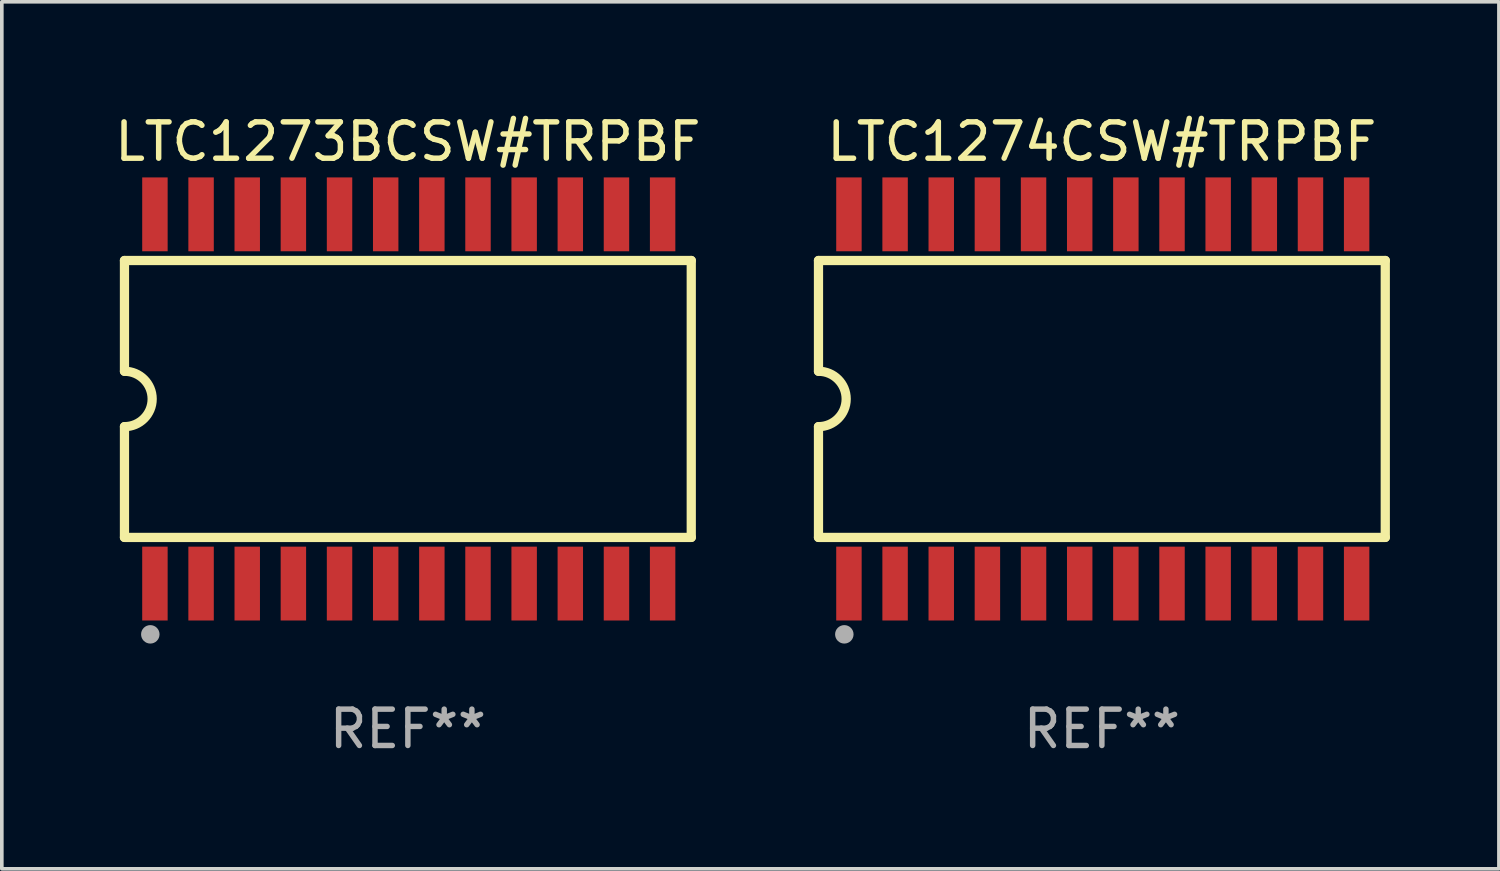
<source format=kicad_pcb>
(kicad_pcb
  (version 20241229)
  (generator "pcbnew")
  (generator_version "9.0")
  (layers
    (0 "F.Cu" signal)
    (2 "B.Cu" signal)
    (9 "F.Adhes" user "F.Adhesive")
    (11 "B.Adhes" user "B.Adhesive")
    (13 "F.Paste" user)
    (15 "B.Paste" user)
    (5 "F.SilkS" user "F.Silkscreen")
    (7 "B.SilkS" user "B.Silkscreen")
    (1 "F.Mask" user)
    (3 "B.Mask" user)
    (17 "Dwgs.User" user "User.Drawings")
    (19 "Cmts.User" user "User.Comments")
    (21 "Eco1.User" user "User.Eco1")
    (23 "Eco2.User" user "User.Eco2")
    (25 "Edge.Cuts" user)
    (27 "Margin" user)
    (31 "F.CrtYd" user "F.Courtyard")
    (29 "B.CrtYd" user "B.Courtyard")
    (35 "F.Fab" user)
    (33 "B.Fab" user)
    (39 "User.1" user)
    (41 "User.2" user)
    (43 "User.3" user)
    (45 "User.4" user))
  (footprint "LTC1274CSW#TRPBF"
    (layer "F.Cu")
    (at 27.27 7.928)
    (property "Reference" "LTC1274CSW#TRPBF" (at 0 -7.08 0) (layer "F.SilkS") (effects (font (size 1 1) (thickness 0.15))))
    (attr through_hole)
    (fp_line (start -7.798 -3.81) (end -7.798 -0.762) (stroke (width 0.254) (type solid)) (layer "F.SilkS"))
    (fp_line (start -7.798 3.81) (end -7.798 0.762) (stroke (width 0.254) (type solid)) (layer "F.SilkS"))
    (fp_line (start 7.798 -3.81) (end -7.798 -3.81) (stroke (width 0.254) (type solid)) (layer "F.SilkS"))
    (fp_line (start 7.798 3.81) (end -7.798 3.81) (stroke (width 0.254) (type solid)) (layer "F.SilkS"))
    (fp_line (start 7.798 3.81) (end 7.798 -3.81) (stroke (width 0.254) (type solid)) (layer "F.SilkS"))
    (fp_arc (start -7.797791 -0.762002) (mid -7.03579 -0.000001) (end -7.79779 0.762002) (stroke (width 0.254001) (type solid)) (layer "F.SilkS"))
    (fp_circle (center -7.825 3.75) (end -7.795 3.75) (stroke (width 0.06) (type solid)) (fill no) (layer "F.SilkS"))
    (fp_circle (center -7.087 6.477) (end -6.96 6.477) (stroke (width 0.254) (type solid)) (fill no) (layer "F.Fab"))
    (fp_text user "REF**" (at 0 9.08 0) (layer "F.Fab") (effects (font (size 1 1) (thickness 0.15))))
    (pad "1" smd rect (at -6.96 5.08 90) (size 2.032 0.7) (layers "F.Cu" "F.Mask" "F.Paste"))
    (pad "2" smd rect (at -5.69 5.08 90) (size 2.032 0.7) (layers "F.Cu" "F.Mask" "F.Paste"))
    (pad "3" smd rect (at -4.42 5.08 90) (size 2.032 0.7) (layers "F.Cu" "F.Mask" "F.Paste"))
    (pad "4" smd rect (at -3.15 5.08 90) (size 2.032 0.7) (layers "F.Cu" "F.Mask" "F.Paste"))
    (pad "5" smd rect (at -1.88 5.08 90) (size 2.032 0.7) (layers "F.Cu" "F.Mask" "F.Paste"))
    (pad "6" smd rect (at -0.61 5.08 90) (size 2.032 0.7) (layers "F.Cu" "F.Mask" "F.Paste"))
    (pad "7" smd rect (at 0.66 5.08 90) (size 2.032 0.7) (layers "F.Cu" "F.Mask" "F.Paste"))
    (pad "8" smd rect (at 1.93 5.08 90) (size 2.032 0.7) (layers "F.Cu" "F.Mask" "F.Paste"))
    (pad "9" smd rect (at 3.2 5.08 90) (size 2.032 0.7) (layers "F.Cu" "F.Mask" "F.Paste"))
    (pad "10" smd rect (at 4.47 5.08 90) (size 2.032 0.7) (layers "F.Cu" "F.Mask" "F.Paste"))
    (pad "11" smd rect (at 5.74 5.08 90) (size 2.032 0.7) (layers "F.Cu" "F.Mask" "F.Paste"))
    (pad "12" smd rect (at 7.01 5.08 90) (size 2.032 0.7) (layers "F.Cu" "F.Mask" "F.Paste"))
    (pad "13" smd rect (at 7.01 -5.08 90) (size 2.032 0.7) (layers "F.Cu" "F.Mask" "F.Paste"))
    (pad "14" smd rect (at 5.74 -5.08 90) (size 2.032 0.7) (layers "F.Cu" "F.Mask" "F.Paste"))
    (pad "15" smd rect (at 4.47 -5.08 90) (size 2.032 0.7) (layers "F.Cu" "F.Mask" "F.Paste"))
    (pad "16" smd rect (at 3.2 -5.08 90) (size 2.032 0.7) (layers "F.Cu" "F.Mask" "F.Paste"))
    (pad "17" smd rect (at 1.93 -5.08 90) (size 2.032 0.7) (layers "F.Cu" "F.Mask" "F.Paste"))
    (pad "18" smd rect (at 0.66 -5.08 90) (size 2.032 0.7) (layers "F.Cu" "F.Mask" "F.Paste"))
    (pad "19" smd rect (at -0.61 -5.08 90) (size 2.032 0.7) (layers "F.Cu" "F.Mask" "F.Paste"))
    (pad "20" smd rect (at -1.88 -5.08 90) (size 2.032 0.7) (layers "F.Cu" "F.Mask" "F.Paste"))
    (pad "21" smd rect (at -3.15 -5.08 90) (size 2.032 0.7) (layers "F.Cu" "F.Mask" "F.Paste"))
    (pad "22" smd rect (at -4.42 -5.08 90) (size 2.032 0.7) (layers "F.Cu" "F.Mask" "F.Paste"))
    (pad "23" smd rect (at -5.69 -5.08 90) (size 2.032 0.7) (layers "F.Cu" "F.Mask" "F.Paste"))
    (pad "24" smd rect (at -6.96 -5.08 90) (size 2.032 0.7) (layers "F.Cu" "F.Mask" "F.Paste")))
  (footprint "LTC1273BCSW#TRPBF"
    (layer "F.Cu")
    (at 8.173 7.928)
    (property "Reference" "LTC1273BCSW#TRPBF" (at 0 -7.08 0) (layer "F.SilkS") (effects (font (size 1 1) (thickness 0.15))))
    (attr through_hole)
    (fp_line (start -7.798 -3.81) (end -7.798 -0.762) (stroke (width 0.254) (type solid)) (layer "F.SilkS"))
    (fp_line (start -7.798 3.81) (end -7.798 0.762) (stroke (width 0.254) (type solid)) (layer "F.SilkS"))
    (fp_line (start 7.798 -3.81) (end -7.798 -3.81) (stroke (width 0.254) (type solid)) (layer "F.SilkS"))
    (fp_line (start 7.798 3.81) (end -7.798 3.81) (stroke (width 0.254) (type solid)) (layer "F.SilkS"))
    (fp_line (start 7.798 3.81) (end 7.798 -3.81) (stroke (width 0.254) (type solid)) (layer "F.SilkS"))
    (fp_arc (start -7.797791 -0.762002) (mid -7.03579 -0.000001) (end -7.79779 0.762002) (stroke (width 0.254001) (type solid)) (layer "F.SilkS"))
    (fp_circle (center -7.825 3.75) (end -7.795 3.75) (stroke (width 0.06) (type solid)) (fill no) (layer "F.SilkS"))
    (fp_circle (center -7.087 6.477) (end -6.96 6.477) (stroke (width 0.254) (type solid)) (fill no) (layer "F.Fab"))
    (fp_text user "REF**" (at 0 9.08 0) (layer "F.Fab") (effects (font (size 1 1) (thickness 0.15))))
    (pad "1" smd rect (at -6.96 5.08 90) (size 2.032 0.7) (layers "F.Cu" "F.Mask" "F.Paste"))
    (pad "2" smd rect (at -5.69 5.08 90) (size 2.032 0.7) (layers "F.Cu" "F.Mask" "F.Paste"))
    (pad "3" smd rect (at -4.42 5.08 90) (size 2.032 0.7) (layers "F.Cu" "F.Mask" "F.Paste"))
    (pad "4" smd rect (at -3.15 5.08 90) (size 2.032 0.7) (layers "F.Cu" "F.Mask" "F.Paste"))
    (pad "5" smd rect (at -1.88 5.08 90) (size 2.032 0.7) (layers "F.Cu" "F.Mask" "F.Paste"))
    (pad "6" smd rect (at -0.61 5.08 90) (size 2.032 0.7) (layers "F.Cu" "F.Mask" "F.Paste"))
    (pad "7" smd rect (at 0.66 5.08 90) (size 2.032 0.7) (layers "F.Cu" "F.Mask" "F.Paste"))
    (pad "8" smd rect (at 1.93 5.08 90) (size 2.032 0.7) (layers "F.Cu" "F.Mask" "F.Paste"))
    (pad "9" smd rect (at 3.2 5.08 90) (size 2.032 0.7) (layers "F.Cu" "F.Mask" "F.Paste"))
    (pad "10" smd rect (at 4.47 5.08 90) (size 2.032 0.7) (layers "F.Cu" "F.Mask" "F.Paste"))
    (pad "11" smd rect (at 5.74 5.08 90) (size 2.032 0.7) (layers "F.Cu" "F.Mask" "F.Paste"))
    (pad "12" smd rect (at 7.01 5.08 90) (size 2.032 0.7) (layers "F.Cu" "F.Mask" "F.Paste"))
    (pad "13" smd rect (at 7.01 -5.08 90) (size 2.032 0.7) (layers "F.Cu" "F.Mask" "F.Paste"))
    (pad "14" smd rect (at 5.74 -5.08 90) (size 2.032 0.7) (layers "F.Cu" "F.Mask" "F.Paste"))
    (pad "15" smd rect (at 4.47 -5.08 90) (size 2.032 0.7) (layers "F.Cu" "F.Mask" "F.Paste"))
    (pad "16" smd rect (at 3.2 -5.08 90) (size 2.032 0.7) (layers "F.Cu" "F.Mask" "F.Paste"))
    (pad "17" smd rect (at 1.93 -5.08 90) (size 2.032 0.7) (layers "F.Cu" "F.Mask" "F.Paste"))
    (pad "18" smd rect (at 0.66 -5.08 90) (size 2.032 0.7) (layers "F.Cu" "F.Mask" "F.Paste"))
    (pad "19" smd rect (at -0.61 -5.08 90) (size 2.032 0.7) (layers "F.Cu" "F.Mask" "F.Paste"))
    (pad "20" smd rect (at -1.88 -5.08 90) (size 2.032 0.7) (layers "F.Cu" "F.Mask" "F.Paste"))
    (pad "21" smd rect (at -3.15 -5.08 90) (size 2.032 0.7) (layers "F.Cu" "F.Mask" "F.Paste"))
    (pad "22" smd rect (at -4.42 -5.08 90) (size 2.032 0.7) (layers "F.Cu" "F.Mask" "F.Paste"))
    (pad "23" smd rect (at -5.69 -5.08 90) (size 2.032 0.7) (layers "F.Cu" "F.Mask" "F.Paste"))
    (pad "24" smd rect (at -6.96 -5.08 90) (size 2.032 0.7) (layers "F.Cu" "F.Mask" "F.Paste")))
  (gr_rect
    (start -3 -3)
    (end 38.195 20.857)
    (stroke (width 0.1) (type default))
    (fill no)
    (layer "Edge.Cuts")))
</source>
